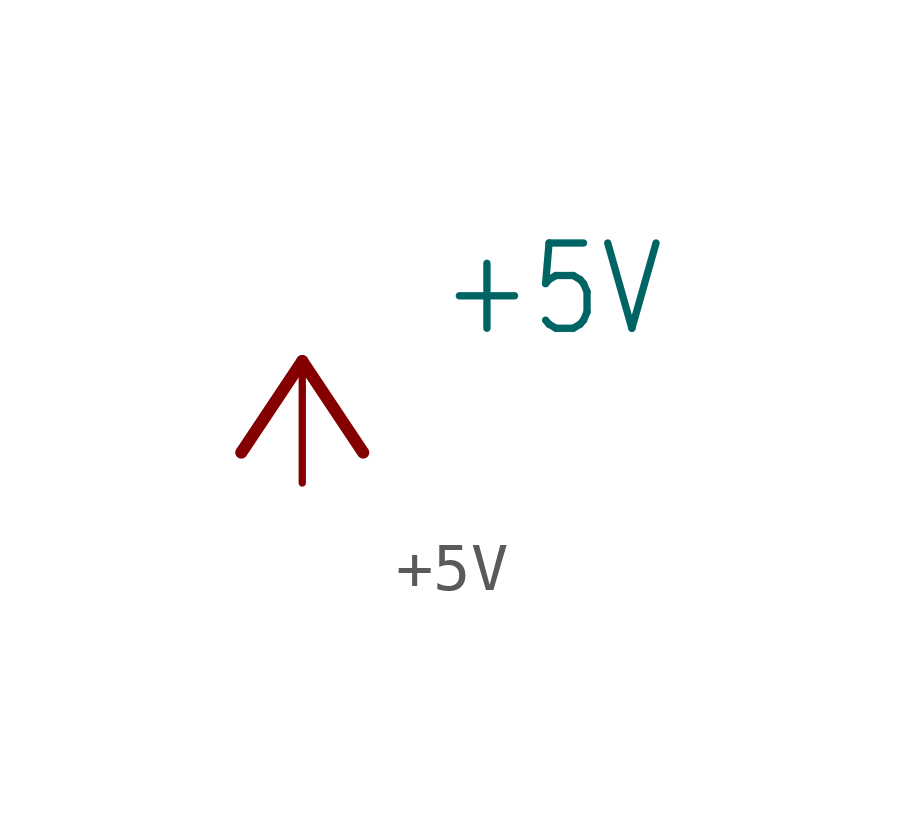
<source format=kicad_sym>
(kicad_symbol_lib
  (version 20211014)
  (generator kicad_symbol_editor)
  (symbol "+5V"
    (power)
    (property "Reference" "#P+"
      (at 0 0 0)
      (effects (font (size 1.27 1.27)) hide))
    (property "Value" "+5V"
      (at 7.62 2.54 0)
      (effects (font (size 1.778 1.511)) (justify right top)))
    (property "ki_locked" ""
      (at 0 0 0)
      (effects (font (size 1.27 1.27))))
    (symbol "+5V_1_0"
      (polyline (pts (xy 0 0) (xy -1.27 -1.905)) (stroke (width 0.254) (type default) (color 0 0 0 0)) (fill (type none)))
      (polyline (pts (xy 1.27 -1.905) (xy 0 0)) (stroke (width 0.254) (type default) (color 0 0 0 0)) (fill (type none)))
      (pin power_in line (at 0 -2.54 90) (length 2.54) (name "+5V" (effects (font (size 0 0)))) (number "1" (effects (font (size 0 0))))))))
</source>
